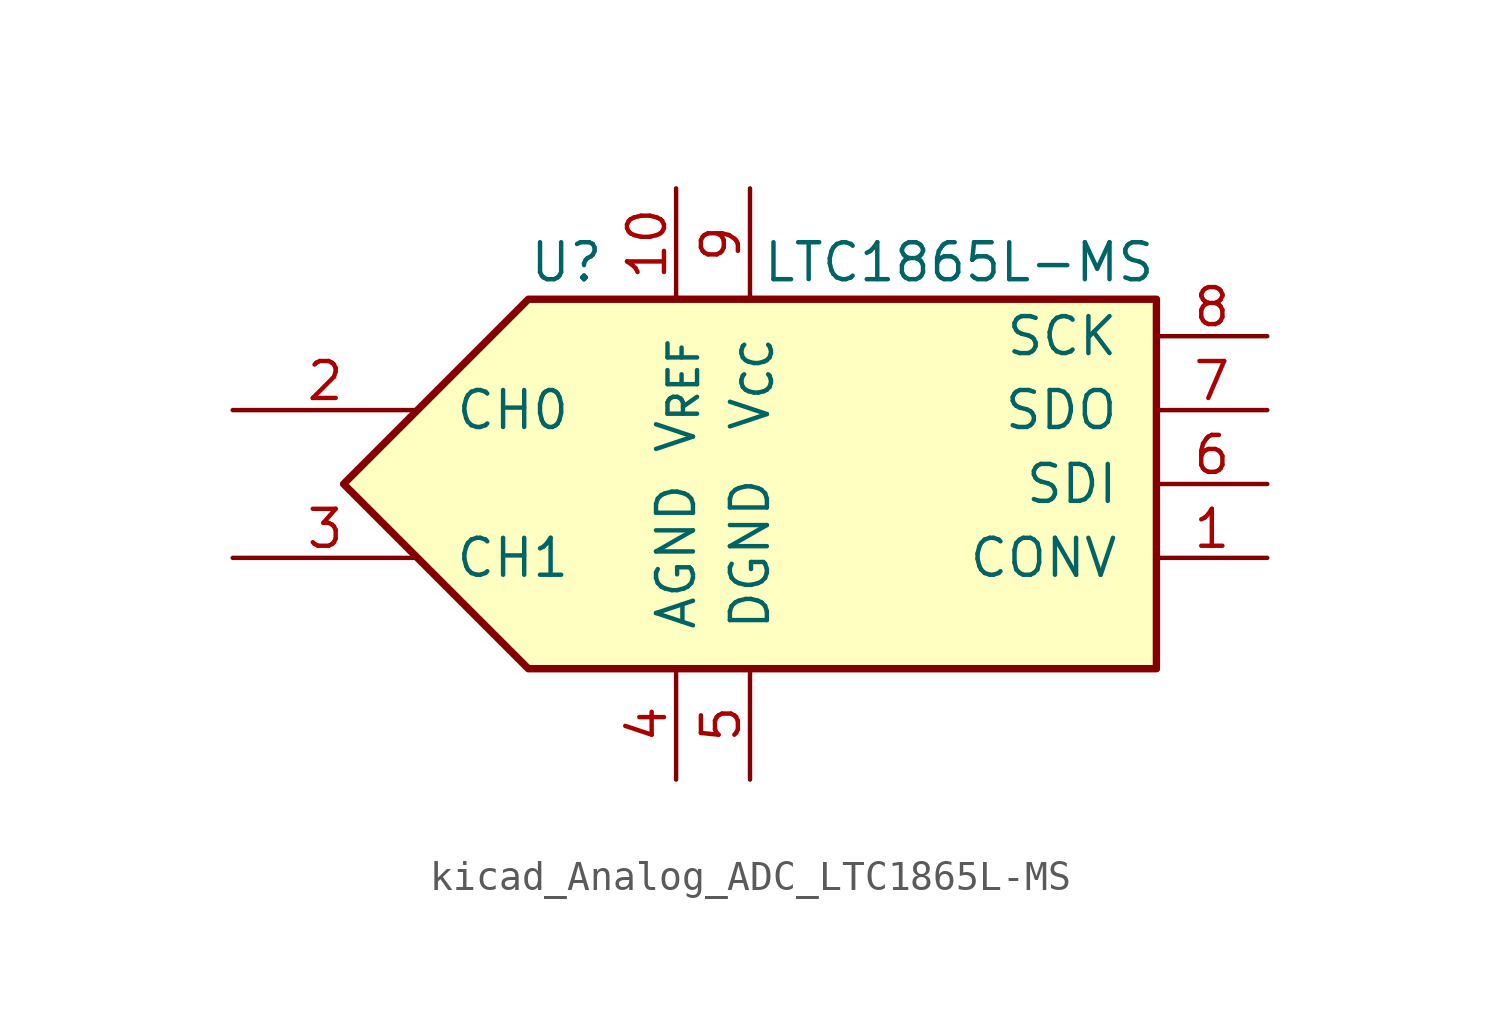
<source format=kicad_sym>
(kicad_symbol_lib
  (version 20220914)
  (generator kicad_symbol_editor)
  (symbol "kicad_Analog_ADC_LTC1865L-MS"
    (pin_names
      (offset 1.27))
    (property "Reference" "U"
      (at -10.16 7.62 0)
      (effects (font (size 1.27 1.27)) (justify left)))
    (property "Value" "LTC1865L-MS"
      (at 11.43 7.62 0)
      (effects (font (size 1.27 1.27)) (justify right)))
    (symbol "kicad_Analog_ADC_LTC1865L-MS_0_1"
      (polyline (pts (xy 11.43 6.35) (xy -10.16 6.35) (xy -16.51 0) (xy -10.16 -6.35) (xy 11.43 -6.35) (xy 11.43 6.35)) (stroke (width 0.254) (type default)) (fill (type background))))
    (symbol "kicad_Analog_ADC_LTC1865L-MS_1_1"
      (pin input line (at 15.24 -2.54 180) (length 3.81) (name "CONV" (effects (font (size 1.27 1.27)))) (number "1" (effects (font (size 1.27 1.27)))))
      (pin input line (at -5.08 10.16 270) (length 3.81) (name "V_{REF}" (effects (font (size 1.27 1.27)))) (number "10" (effects (font (size 1.27 1.27)))))
      (pin input line (at -20.32 2.54 0) (length 6.35) (name "CH0" (effects (font (size 1.27 1.27)))) (number "2" (effects (font (size 1.27 1.27)))))
      (pin input line (at -20.32 -2.54 0) (length 6.35) (name "CH1" (effects (font (size 1.27 1.27)))) (number "3" (effects (font (size 1.27 1.27)))))
      (pin power_in line (at -5.08 -10.16 90) (length 3.81) (name "AGND" (effects (font (size 1.27 1.27)))) (number "4" (effects (font (size 1.27 1.27)))))
      (pin power_in line (at -2.54 -10.16 90) (length 3.81) (name "DGND" (effects (font (size 1.27 1.27)))) (number "5" (effects (font (size 1.27 1.27)))))
      (pin input line (at 15.24 0 180) (length 3.81) (name "SDI" (effects (font (size 1.27 1.27)))) (number "6" (effects (font (size 1.27 1.27)))))
      (pin output line (at 15.24 2.54 180) (length 3.81) (name "SDO" (effects (font (size 1.27 1.27)))) (number "7" (effects (font (size 1.27 1.27)))))
      (pin input line (at 15.24 5.08 180) (length 3.81) (name "SCK" (effects (font (size 1.27 1.27)))) (number "8" (effects (font (size 1.27 1.27)))))
      (pin power_in line (at -2.54 10.16 270) (length 3.81) (name "V_{CC}" (effects (font (size 1.27 1.27)))) (number "9" (effects (font (size 1.27 1.27))))))))
</source>
